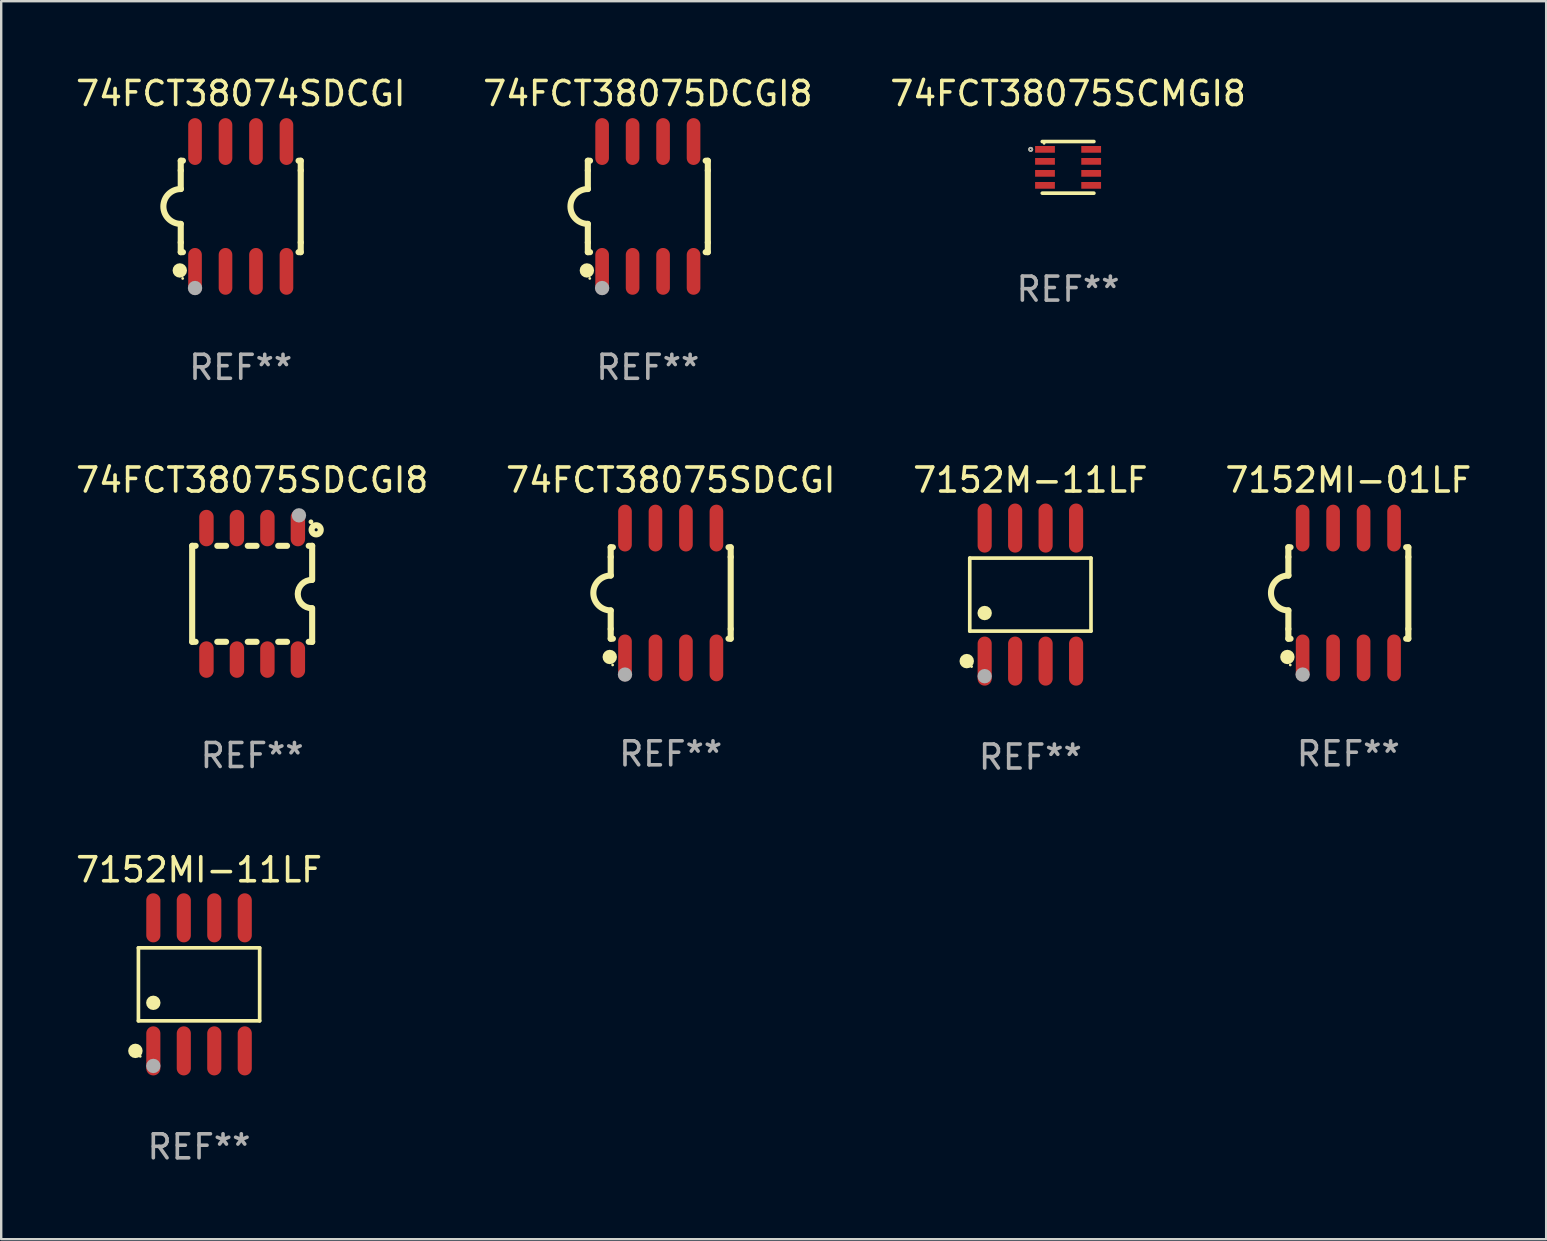
<source format=kicad_pcb>
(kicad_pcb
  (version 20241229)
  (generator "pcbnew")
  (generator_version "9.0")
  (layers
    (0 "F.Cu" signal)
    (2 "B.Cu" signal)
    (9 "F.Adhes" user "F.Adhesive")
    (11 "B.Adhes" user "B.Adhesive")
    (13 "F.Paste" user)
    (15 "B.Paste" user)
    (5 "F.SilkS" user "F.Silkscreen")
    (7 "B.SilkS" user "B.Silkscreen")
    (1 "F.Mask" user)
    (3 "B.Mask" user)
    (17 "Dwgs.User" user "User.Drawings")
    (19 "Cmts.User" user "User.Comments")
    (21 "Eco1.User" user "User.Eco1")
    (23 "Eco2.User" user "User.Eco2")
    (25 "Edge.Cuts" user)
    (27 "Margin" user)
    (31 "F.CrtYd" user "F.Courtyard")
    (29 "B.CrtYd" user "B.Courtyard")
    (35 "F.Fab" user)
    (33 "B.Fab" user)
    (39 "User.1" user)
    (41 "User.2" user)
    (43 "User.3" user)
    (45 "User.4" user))
  (footprint "74FCT38075SDCGI"
    (layer "F.Cu")
    (at 24.899 21.66)
    (property "Reference" "74FCT38075SDCGI" (at 0 -4.705 0) (layer "F.SilkS") (effects (font (size 1 1) (thickness 0.15))))
    (attr through_hole)
    (fp_line (start -2.5 -1.905) (end -2.409 -1.905) (stroke (width 0.254) (type solid)) (layer "F.SilkS"))
    (fp_line (start -2.5 -1.5) (end -2.5 -1.905) (stroke (width 0.254) (type solid)) (layer "F.SilkS"))
    (fp_line (start -2.5 -1.5) (end -2.5 -0.726) (stroke (width 0.254) (type solid)) (layer "F.SilkS"))
    (fp_line (start -2.5 1.5) (end -2.5 0.727) (stroke (width 0.254) (type solid)) (layer "F.SilkS"))
    (fp_line (start -2.5 1.5) (end -2.5 1.905) (stroke (width 0.254) (type solid)) (layer "F.SilkS"))
    (fp_line (start -2.5 1.905) (end -2.409 1.905) (stroke (width 0.254) (type solid)) (layer "F.SilkS"))
    (fp_line (start 2.5 -1.905) (end 2.409 -1.905) (stroke (width 0.254) (type solid)) (layer "F.SilkS"))
    (fp_line (start 2.5 -1.5) (end 2.5 -1.905) (stroke (width 0.254) (type solid)) (layer "F.SilkS"))
    (fp_line (start 2.5 -1.5) (end 2.5 1.5) (stroke (width 0.254) (type solid)) (layer "F.SilkS"))
    (fp_line (start 2.5 1.5) (end 2.5 1.905) (stroke (width 0.254) (type solid)) (layer "F.SilkS"))
    (fp_line (start 2.5 1.905) (end 2.409 1.905) (stroke (width 0.254) (type solid)) (layer "F.SilkS"))
    (fp_arc (start -2.5 0.726568) (mid -3.220316 -0.0023) (end -2.495097 -0.726289) (stroke (width 0.254001) (type solid)) (layer "F.SilkS"))
    (fp_circle (center -2.54 2.667) (end -2.39 2.667) (stroke (width 0.3) (type solid)) (fill no) (layer "F.SilkS"))
    (fp_circle (center -2.42 3) (end -2.39 3) (stroke (width 0.06) (type solid)) (fill no) (layer "F.SilkS"))
    (fp_circle (center -1.905 3.4) (end -1.755 3.4) (stroke (width 0.3) (type solid)) (fill no) (layer "F.Fab"))
    (fp_text user "REF**" (at 0 6.705 0) (layer "F.Fab") (effects (font (size 1 1) (thickness 0.15))))
    (pad "1" smd oval (at -1.905 2.705) (size 0.568 1.95) (layers "F.Cu" "F.Mask" "F.Paste"))
    (pad "2" smd oval (at -0.635 2.705) (size 0.568 1.95) (layers "F.Cu" "F.Mask" "F.Paste"))
    (pad "3" smd oval (at 0.635 2.705) (size 0.568 1.95) (layers "F.Cu" "F.Mask" "F.Paste"))
    (pad "4" smd oval (at 1.905 2.705) (size 0.568 1.95) (layers "F.Cu" "F.Mask" "F.Paste"))
    (pad "5" smd oval (at 1.905 -2.705) (size 0.568 1.95) (layers "F.Cu" "F.Mask" "F.Paste"))
    (pad "6" smd oval (at 0.635 -2.705) (size 0.568 1.95) (layers "F.Cu" "F.Mask" "F.Paste"))
    (pad "7" smd oval (at -0.635 -2.705) (size 0.568 1.95) (layers "F.Cu" "F.Mask" "F.Paste"))
    (pad "8" smd oval (at -1.905 -2.705) (size 0.568 1.95) (layers "F.Cu" "F.Mask" "F.Paste")))
  (footprint "7152MI-01LF"
    (layer "F.Cu")
    (at 53.137 21.66)
    (property "Reference" "7152MI-01LF" (at 0 -4.705 0) (layer "F.SilkS") (effects (font (size 1 1) (thickness 0.15))))
    (attr through_hole)
    (fp_line (start -2.5 -1.905) (end -2.409 -1.905) (stroke (width 0.254) (type solid)) (layer "F.SilkS"))
    (fp_line (start -2.5 -1.5) (end -2.5 -1.905) (stroke (width 0.254) (type solid)) (layer "F.SilkS"))
    (fp_line (start -2.5 -1.5) (end -2.5 -0.726) (stroke (width 0.254) (type solid)) (layer "F.SilkS"))
    (fp_line (start -2.5 1.5) (end -2.5 0.727) (stroke (width 0.254) (type solid)) (layer "F.SilkS"))
    (fp_line (start -2.5 1.5) (end -2.5 1.905) (stroke (width 0.254) (type solid)) (layer "F.SilkS"))
    (fp_line (start -2.5 1.905) (end -2.409 1.905) (stroke (width 0.254) (type solid)) (layer "F.SilkS"))
    (fp_line (start 2.5 -1.905) (end 2.409 -1.905) (stroke (width 0.254) (type solid)) (layer "F.SilkS"))
    (fp_line (start 2.5 -1.5) (end 2.5 -1.905) (stroke (width 0.254) (type solid)) (layer "F.SilkS"))
    (fp_line (start 2.5 -1.5) (end 2.5 1.5) (stroke (width 0.254) (type solid)) (layer "F.SilkS"))
    (fp_line (start 2.5 1.5) (end 2.5 1.905) (stroke (width 0.254) (type solid)) (layer "F.SilkS"))
    (fp_line (start 2.5 1.905) (end 2.409 1.905) (stroke (width 0.254) (type solid)) (layer "F.SilkS"))
    (fp_arc (start -2.5 0.726568) (mid -3.220316 -0.0023) (end -2.495097 -0.726289) (stroke (width 0.254001) (type solid)) (layer "F.SilkS"))
    (fp_circle (center -2.54 2.667) (end -2.39 2.667) (stroke (width 0.3) (type solid)) (fill no) (layer "F.SilkS"))
    (fp_circle (center -2.42 3) (end -2.39 3) (stroke (width 0.06) (type solid)) (fill no) (layer "F.SilkS"))
    (fp_circle (center -1.905 3.4) (end -1.755 3.4) (stroke (width 0.3) (type solid)) (fill no) (layer "F.Fab"))
    (fp_text user "REF**" (at 0 6.705 0) (layer "F.Fab") (effects (font (size 1 1) (thickness 0.15))))
    (pad "1" smd oval (at -1.905 2.705) (size 0.568 1.95) (layers "F.Cu" "F.Mask" "F.Paste"))
    (pad "2" smd oval (at -0.635 2.705) (size 0.568 1.95) (layers "F.Cu" "F.Mask" "F.Paste"))
    (pad "3" smd oval (at 0.635 2.705) (size 0.568 1.95) (layers "F.Cu" "F.Mask" "F.Paste"))
    (pad "4" smd oval (at 1.905 2.705) (size 0.568 1.95) (layers "F.Cu" "F.Mask" "F.Paste"))
    (pad "5" smd oval (at 1.905 -2.705) (size 0.568 1.95) (layers "F.Cu" "F.Mask" "F.Paste"))
    (pad "6" smd oval (at 0.635 -2.705) (size 0.568 1.95) (layers "F.Cu" "F.Mask" "F.Paste"))
    (pad "7" smd oval (at -0.635 -2.705) (size 0.568 1.95) (layers "F.Cu" "F.Mask" "F.Paste"))
    (pad "8" smd oval (at -1.905 -2.705) (size 0.568 1.95) (layers "F.Cu" "F.Mask" "F.Paste")))
  (footprint "7152M-11LF"
    (layer "F.Cu")
    (at 39.887 21.727)
    (property "Reference" "7152M-11LF" (at 0 -4.772 0) (layer "F.SilkS") (effects (font (size 1 1) (thickness 0.15))))
    (attr through_hole)
    (fp_line (start -2.526 -1.521) (end 2.526 -1.521) (stroke (width 0.152) (type solid)) (layer "F.SilkS"))
    (fp_line (start -2.526 1.521) (end -2.526 -1.521) (stroke (width 0.152) (type solid)) (layer "F.SilkS"))
    (fp_line (start 2.526 -1.521) (end 2.526 1.521) (stroke (width 0.152) (type solid)) (layer "F.SilkS"))
    (fp_line (start 2.526 1.521) (end -2.526 1.521) (stroke (width 0.152) (type solid)) (layer "F.SilkS"))
    (fp_circle (center -2.652 2.772) (end -2.501 2.772) (stroke (width 0.3) (type solid)) (fill no) (layer "F.SilkS"))
    (fp_circle (center -2.45 3) (end -2.42 3) (stroke (width 0.06) (type solid)) (fill no) (layer "F.SilkS"))
    (fp_circle (center -1.905 0.769) (end -1.755 0.769) (stroke (width 0.3) (type solid)) (fill no) (layer "F.SilkS"))
    (fp_circle (center -1.905 3.4) (end -1.755 3.4) (stroke (width 0.3) (type solid)) (fill no) (layer "F.Fab"))
    (fp_text user "REF**" (at 0 6.772 0) (layer "F.Fab") (effects (font (size 1 1) (thickness 0.15))))
    (pad "1" smd oval (at -1.905 2.772) (size 0.588 2.045) (layers "F.Cu" "F.Mask" "F.Paste"))
    (pad "2" smd oval (at -0.635 2.772) (size 0.588 2.045) (layers "F.Cu" "F.Mask" "F.Paste"))
    (pad "3" smd oval (at 0.635 2.772) (size 0.588 2.045) (layers "F.Cu" "F.Mask" "F.Paste"))
    (pad "4" smd oval (at 1.905 2.772) (size 0.588 2.045) (layers "F.Cu" "F.Mask" "F.Paste"))
    (pad "5" smd oval (at 1.905 -2.772) (size 0.588 2.045) (layers "F.Cu" "F.Mask" "F.Paste"))
    (pad "6" smd oval (at 0.635 -2.772) (size 0.588 2.045) (layers "F.Cu" "F.Mask" "F.Paste"))
    (pad "7" smd oval (at -0.635 -2.772) (size 0.588 2.045) (layers "F.Cu" "F.Mask" "F.Paste"))
    (pad "8" smd oval (at -1.905 -2.772) (size 0.588 2.045) (layers "F.Cu" "F.Mask" "F.Paste")))
  (footprint "74FCT38075SCMGI8"
    (layer "F.Cu")
    (at 41.458 3.924)
    (property "Reference" "74FCT38075SCMGI8" (at 0 -3.076 0) (layer "F.SilkS") (effects (font (size 1 1) (thickness 0.15))))
    (attr through_hole)
    (fp_line (start -1.076 -1.076) (end 1.076 -1.076) (stroke (width 0.152) (type solid)) (layer "F.SilkS"))
    (fp_line (start -1.076 1.076) (end 1.076 1.076) (stroke (width 0.152) (type solid)) (layer "F.SilkS"))
    (fp_circle (center -1.557 -0.75) (end -1.523 -0.75) (stroke (width 0.069) (type solid)) (fill no) (layer "F.SilkS"))
    (fp_circle (center -1 -1) (end -0.97 -1) (stroke (width 0.06) (type solid)) (fill no) (layer "F.SilkS"))
    (fp_circle (center -1.557 -0.75) (end -1.523 -0.75) (stroke (width 0.069) (type solid)) (fill no) (layer "F.Fab"))
    (fp_text user "REF**" (at 0 5.076 0) (layer "F.Fab") (effects (font (size 1 1) (thickness 0.15))))
    (pad "1" smd rect (at -0.962 -0.75) (size 0.825 0.28) (layers "F.Cu" "F.Mask" "F.Paste"))
    (pad "2" smd rect (at -0.962 -0.25) (size 0.825 0.28) (layers "F.Cu" "F.Mask" "F.Paste"))
    (pad "3" smd rect (at -0.962 0.25) (size 0.825 0.28) (layers "F.Cu" "F.Mask" "F.Paste"))
    (pad "4" smd rect (at -0.962 0.75) (size 0.825 0.28) (layers "F.Cu" "F.Mask" "F.Paste"))
    (pad "5" smd rect (at 0.962 0.75) (size 0.825 0.28) (layers "F.Cu" "F.Mask" "F.Paste"))
    (pad "6" smd rect (at 0.962 0.25) (size 0.825 0.28) (layers "F.Cu" "F.Mask" "F.Paste"))
    (pad "7" smd rect (at 0.962 -0.25) (size 0.825 0.28) (layers "F.Cu" "F.Mask" "F.Paste"))
    (pad "8" smd rect (at 0.962 -0.75) (size 0.825 0.28) (layers "F.Cu" "F.Mask" "F.Paste")))
  (footprint "74FCT38075DCGI8"
    (layer "F.Cu")
    (at 23.946 5.553)
    (property "Reference" "74FCT38075DCGI8" (at 0 -4.705 0) (layer "F.SilkS") (effects (font (size 1 1) (thickness 0.15))))
    (attr through_hole)
    (fp_line (start -2.5 -1.905) (end -2.409 -1.905) (stroke (width 0.254) (type solid)) (layer "F.SilkS"))
    (fp_line (start -2.5 -1.5) (end -2.5 -1.905) (stroke (width 0.254) (type solid)) (layer "F.SilkS"))
    (fp_line (start -2.5 -1.5) (end -2.5 -0.726) (stroke (width 0.254) (type solid)) (layer "F.SilkS"))
    (fp_line (start -2.5 1.5) (end -2.5 0.727) (stroke (width 0.254) (type solid)) (layer "F.SilkS"))
    (fp_line (start -2.5 1.5) (end -2.5 1.905) (stroke (width 0.254) (type solid)) (layer "F.SilkS"))
    (fp_line (start -2.5 1.905) (end -2.409 1.905) (stroke (width 0.254) (type solid)) (layer "F.SilkS"))
    (fp_line (start 2.5 -1.905) (end 2.409 -1.905) (stroke (width 0.254) (type solid)) (layer "F.SilkS"))
    (fp_line (start 2.5 -1.5) (end 2.5 -1.905) (stroke (width 0.254) (type solid)) (layer "F.SilkS"))
    (fp_line (start 2.5 -1.5) (end 2.5 1.5) (stroke (width 0.254) (type solid)) (layer "F.SilkS"))
    (fp_line (start 2.5 1.5) (end 2.5 1.905) (stroke (width 0.254) (type solid)) (layer "F.SilkS"))
    (fp_line (start 2.5 1.905) (end 2.409 1.905) (stroke (width 0.254) (type solid)) (layer "F.SilkS"))
    (fp_arc (start -2.5 0.726568) (mid -3.220316 -0.0023) (end -2.495097 -0.726289) (stroke (width 0.254001) (type solid)) (layer "F.SilkS"))
    (fp_circle (center -2.54 2.667) (end -2.39 2.667) (stroke (width 0.3) (type solid)) (fill no) (layer "F.SilkS"))
    (fp_circle (center -2.42 3) (end -2.39 3) (stroke (width 0.06) (type solid)) (fill no) (layer "F.SilkS"))
    (fp_circle (center -1.905 3.4) (end -1.755 3.4) (stroke (width 0.3) (type solid)) (fill no) (layer "F.Fab"))
    (fp_text user "REF**" (at 0 6.705 0) (layer "F.Fab") (effects (font (size 1 1) (thickness 0.15))))
    (pad "1" smd oval (at -1.905 2.705) (size 0.568 1.95) (layers "F.Cu" "F.Mask" "F.Paste"))
    (pad "2" smd oval (at -0.635 2.705) (size 0.568 1.95) (layers "F.Cu" "F.Mask" "F.Paste"))
    (pad "3" smd oval (at 0.635 2.705) (size 0.568 1.95) (layers "F.Cu" "F.Mask" "F.Paste"))
    (pad "4" smd oval (at 1.905 2.705) (size 0.568 1.95) (layers "F.Cu" "F.Mask" "F.Paste"))
    (pad "5" smd oval (at 1.905 -2.705) (size 0.568 1.95) (layers "F.Cu" "F.Mask" "F.Paste"))
    (pad "6" smd oval (at 0.635 -2.705) (size 0.568 1.95) (layers "F.Cu" "F.Mask" "F.Paste"))
    (pad "7" smd oval (at -0.635 -2.705) (size 0.568 1.95) (layers "F.Cu" "F.Mask" "F.Paste"))
    (pad "8" smd oval (at -1.905 -2.705) (size 0.568 1.95) (layers "F.Cu" "F.Mask" "F.Paste")))
  (footprint "7152MI-11LF"
    (layer "F.Cu")
    (at 5.244 37.969)
    (property "Reference" "7152MI-11LF" (at 0 -4.772 0) (layer "F.SilkS") (effects (font (size 1 1) (thickness 0.15))))
    (attr through_hole)
    (fp_line (start -2.526 -1.521) (end 2.526 -1.521) (stroke (width 0.152) (type solid)) (layer "F.SilkS"))
    (fp_line (start -2.526 1.521) (end -2.526 -1.521) (stroke (width 0.152) (type solid)) (layer "F.SilkS"))
    (fp_line (start 2.526 -1.521) (end 2.526 1.521) (stroke (width 0.152) (type solid)) (layer "F.SilkS"))
    (fp_line (start 2.526 1.521) (end -2.526 1.521) (stroke (width 0.152) (type solid)) (layer "F.SilkS"))
    (fp_circle (center -2.652 2.772) (end -2.501 2.772) (stroke (width 0.3) (type solid)) (fill no) (layer "F.SilkS"))
    (fp_circle (center -2.45 3) (end -2.42 3) (stroke (width 0.06) (type solid)) (fill no) (layer "F.SilkS"))
    (fp_circle (center -1.905 0.769) (end -1.755 0.769) (stroke (width 0.3) (type solid)) (fill no) (layer "F.SilkS"))
    (fp_circle (center -1.905 3.4) (end -1.755 3.4) (stroke (width 0.3) (type solid)) (fill no) (layer "F.Fab"))
    (fp_text user "REF**" (at 0 6.772 0) (layer "F.Fab") (effects (font (size 1 1) (thickness 0.15))))
    (pad "1" smd oval (at -1.905 2.772) (size 0.588 2.045) (layers "F.Cu" "F.Mask" "F.Paste"))
    (pad "2" smd oval (at -0.635 2.772) (size 0.588 2.045) (layers "F.Cu" "F.Mask" "F.Paste"))
    (pad "3" smd oval (at 0.635 2.772) (size 0.588 2.045) (layers "F.Cu" "F.Mask" "F.Paste"))
    (pad "4" smd oval (at 1.905 2.772) (size 0.588 2.045) (layers "F.Cu" "F.Mask" "F.Paste"))
    (pad "5" smd oval (at 1.905 -2.772) (size 0.588 2.045) (layers "F.Cu" "F.Mask" "F.Paste"))
    (pad "6" smd oval (at 0.635 -2.772) (size 0.588 2.045) (layers "F.Cu" "F.Mask" "F.Paste"))
    (pad "7" smd oval (at -0.635 -2.772) (size 0.588 2.045) (layers "F.Cu" "F.Mask" "F.Paste"))
    (pad "8" smd oval (at -1.905 -2.772) (size 0.588 2.045) (layers "F.Cu" "F.Mask" "F.Paste")))
  (footprint "74FCT38075SDCGI8"
    (layer "F.Cu")
    (at 7.458 21.695)
    (property "Reference" "74FCT38075SDCGI8" (at 0 -4.74 0) (layer "F.SilkS") (effects (font (size 1 1) (thickness 0.15))))
    (attr through_hole)
    (fp_line (start -2.5 2) (end -2.5 -2) (stroke (width 0.254) (type solid)) (layer "F.SilkS"))
    (fp_line (start -2.356 -2) (end -2.5 -2) (stroke (width 0.254) (type solid)) (layer "F.SilkS"))
    (fp_line (start -2.356 2) (end -2.5 2) (stroke (width 0.254) (type solid)) (layer "F.SilkS"))
    (fp_line (start -1.086 -2) (end -1.454 -2) (stroke (width 0.254) (type solid)) (layer "F.SilkS"))
    (fp_line (start -1.086 2) (end -1.454 2) (stroke (width 0.254) (type solid)) (layer "F.SilkS"))
    (fp_line (start 0.184 -2) (end -0.184 -2) (stroke (width 0.254) (type solid)) (layer "F.SilkS"))
    (fp_line (start 0.184 2) (end -0.184 2) (stroke (width 0.254) (type solid)) (layer "F.SilkS"))
    (fp_line (start 1.454 -2) (end 1.086 -2) (stroke (width 0.254) (type solid)) (layer "F.SilkS"))
    (fp_line (start 1.454 2) (end 1.086 2) (stroke (width 0.254) (type solid)) (layer "F.SilkS"))
    (fp_line (start 2.5 -2) (end 2.356 -2) (stroke (width 0.254) (type solid)) (layer "F.SilkS"))
    (fp_line (start 2.5 -0.58) (end 2.5 -2) (stroke (width 0.254) (type solid)) (layer "F.SilkS"))
    (fp_line (start 2.5 2) (end 2.356 2) (stroke (width 0.254) (type solid)) (layer "F.SilkS"))
    (fp_line (start 2.5 2) (end 2.5 0.6) (stroke (width 0.254) (type solid)) (layer "F.SilkS"))
    (fp_arc (start 2.489992 0.600051) (mid 1.901674 0.010046) (end 2.489992 -0.579959) (stroke (width 0.254001) (type solid)) (layer "F.SilkS"))
    (fp_circle (center 2.45 -3) (end 2.5 -3) (stroke (width 0.1) (type solid)) (fill no) (layer "F.SilkS"))
    (fp_circle (center 2.667 -2.667) (end 2.858 -2.667) (stroke (width 0.254) (type solid)) (fill no) (layer "F.SilkS"))
    (fp_circle (center 1.95 -3.27) (end 2.1 -3.27) (stroke (width 0.3) (type solid)) (fill no) (layer "F.Fab"))
    (fp_text user "REF**" (at 0 6.74 0) (layer "F.Fab") (effects (font (size 1 1) (thickness 0.15))))
    (pad "1" smd oval (at 1.905 -2.74) (size 0.6 1.52) (layers "F.Cu" "F.Mask" "F.Paste"))
    (pad "2" smd oval (at 0.635 -2.74) (size 0.6 1.52) (layers "F.Cu" "F.Mask" "F.Paste"))
    (pad "3" smd oval (at -0.635 -2.74) (size 0.6 1.52) (layers "F.Cu" "F.Mask" "F.Paste"))
    (pad "4" smd oval (at -1.905 -2.74) (size 0.6 1.52) (layers "F.Cu" "F.Mask" "F.Paste"))
    (pad "5" smd oval (at -1.905 2.74) (size 0.6 1.52) (layers "F.Cu" "F.Mask" "F.Paste"))
    (pad "6" smd oval (at -0.635 2.74) (size 0.6 1.52) (layers "F.Cu" "F.Mask" "F.Paste"))
    (pad "7" smd oval (at 0.635 2.74) (size 0.6 1.52) (layers "F.Cu" "F.Mask" "F.Paste"))
    (pad "8" smd oval (at 1.905 2.74) (size 0.6 1.52) (layers "F.Cu" "F.Mask" "F.Paste")))
  (footprint "74FCT38074SDCGI"
    (layer "F.Cu")
    (at 6.982 5.553)
    (property "Reference" "74FCT38074SDCGI" (at 0 -4.705 0) (layer "F.SilkS") (effects (font (size 1 1) (thickness 0.15))))
    (attr through_hole)
    (fp_line (start -2.5 -1.905) (end -2.409 -1.905) (stroke (width 0.254) (type solid)) (layer "F.SilkS"))
    (fp_line (start -2.5 -1.5) (end -2.5 -1.905) (stroke (width 0.254) (type solid)) (layer "F.SilkS"))
    (fp_line (start -2.5 -1.5) (end -2.5 -0.726) (stroke (width 0.254) (type solid)) (layer "F.SilkS"))
    (fp_line (start -2.5 1.5) (end -2.5 0.727) (stroke (width 0.254) (type solid)) (layer "F.SilkS"))
    (fp_line (start -2.5 1.5) (end -2.5 1.905) (stroke (width 0.254) (type solid)) (layer "F.SilkS"))
    (fp_line (start -2.5 1.905) (end -2.409 1.905) (stroke (width 0.254) (type solid)) (layer "F.SilkS"))
    (fp_line (start 2.5 -1.905) (end 2.409 -1.905) (stroke (width 0.254) (type solid)) (layer "F.SilkS"))
    (fp_line (start 2.5 -1.5) (end 2.5 -1.905) (stroke (width 0.254) (type solid)) (layer "F.SilkS"))
    (fp_line (start 2.5 -1.5) (end 2.5 1.5) (stroke (width 0.254) (type solid)) (layer "F.SilkS"))
    (fp_line (start 2.5 1.5) (end 2.5 1.905) (stroke (width 0.254) (type solid)) (layer "F.SilkS"))
    (fp_line (start 2.5 1.905) (end 2.409 1.905) (stroke (width 0.254) (type solid)) (layer "F.SilkS"))
    (fp_arc (start -2.5 0.726568) (mid -3.220316 -0.0023) (end -2.495097 -0.726289) (stroke (width 0.254001) (type solid)) (layer "F.SilkS"))
    (fp_circle (center -2.54 2.667) (end -2.39 2.667) (stroke (width 0.3) (type solid)) (fill no) (layer "F.SilkS"))
    (fp_circle (center -2.42 3) (end -2.39 3) (stroke (width 0.06) (type solid)) (fill no) (layer "F.SilkS"))
    (fp_circle (center -1.905 3.4) (end -1.755 3.4) (stroke (width 0.3) (type solid)) (fill no) (layer "F.Fab"))
    (fp_text user "REF**" (at 0 6.705 0) (layer "F.Fab") (effects (font (size 1 1) (thickness 0.15))))
    (pad "1" smd oval (at -1.905 2.705) (size 0.568 1.95) (layers "F.Cu" "F.Mask" "F.Paste"))
    (pad "2" smd oval (at -0.635 2.705) (size 0.568 1.95) (layers "F.Cu" "F.Mask" "F.Paste"))
    (pad "3" smd oval (at 0.635 2.705) (size 0.568 1.95) (layers "F.Cu" "F.Mask" "F.Paste"))
    (pad "4" smd oval (at 1.905 2.705) (size 0.568 1.95) (layers "F.Cu" "F.Mask" "F.Paste"))
    (pad "5" smd oval (at 1.905 -2.705) (size 0.568 1.95) (layers "F.Cu" "F.Mask" "F.Paste"))
    (pad "6" smd oval (at 0.635 -2.705) (size 0.568 1.95) (layers "F.Cu" "F.Mask" "F.Paste"))
    (pad "7" smd oval (at -0.635 -2.705) (size 0.568 1.95) (layers "F.Cu" "F.Mask" "F.Paste"))
    (pad "8" smd oval (at -1.905 -2.705) (size 0.568 1.95) (layers "F.Cu" "F.Mask" "F.Paste")))
  (gr_rect
    (start -3 -3)
    (end 61.381 48.589)
    (stroke (width 0.1) (type default))
    (fill no)
    (layer "Edge.Cuts")))
</source>
